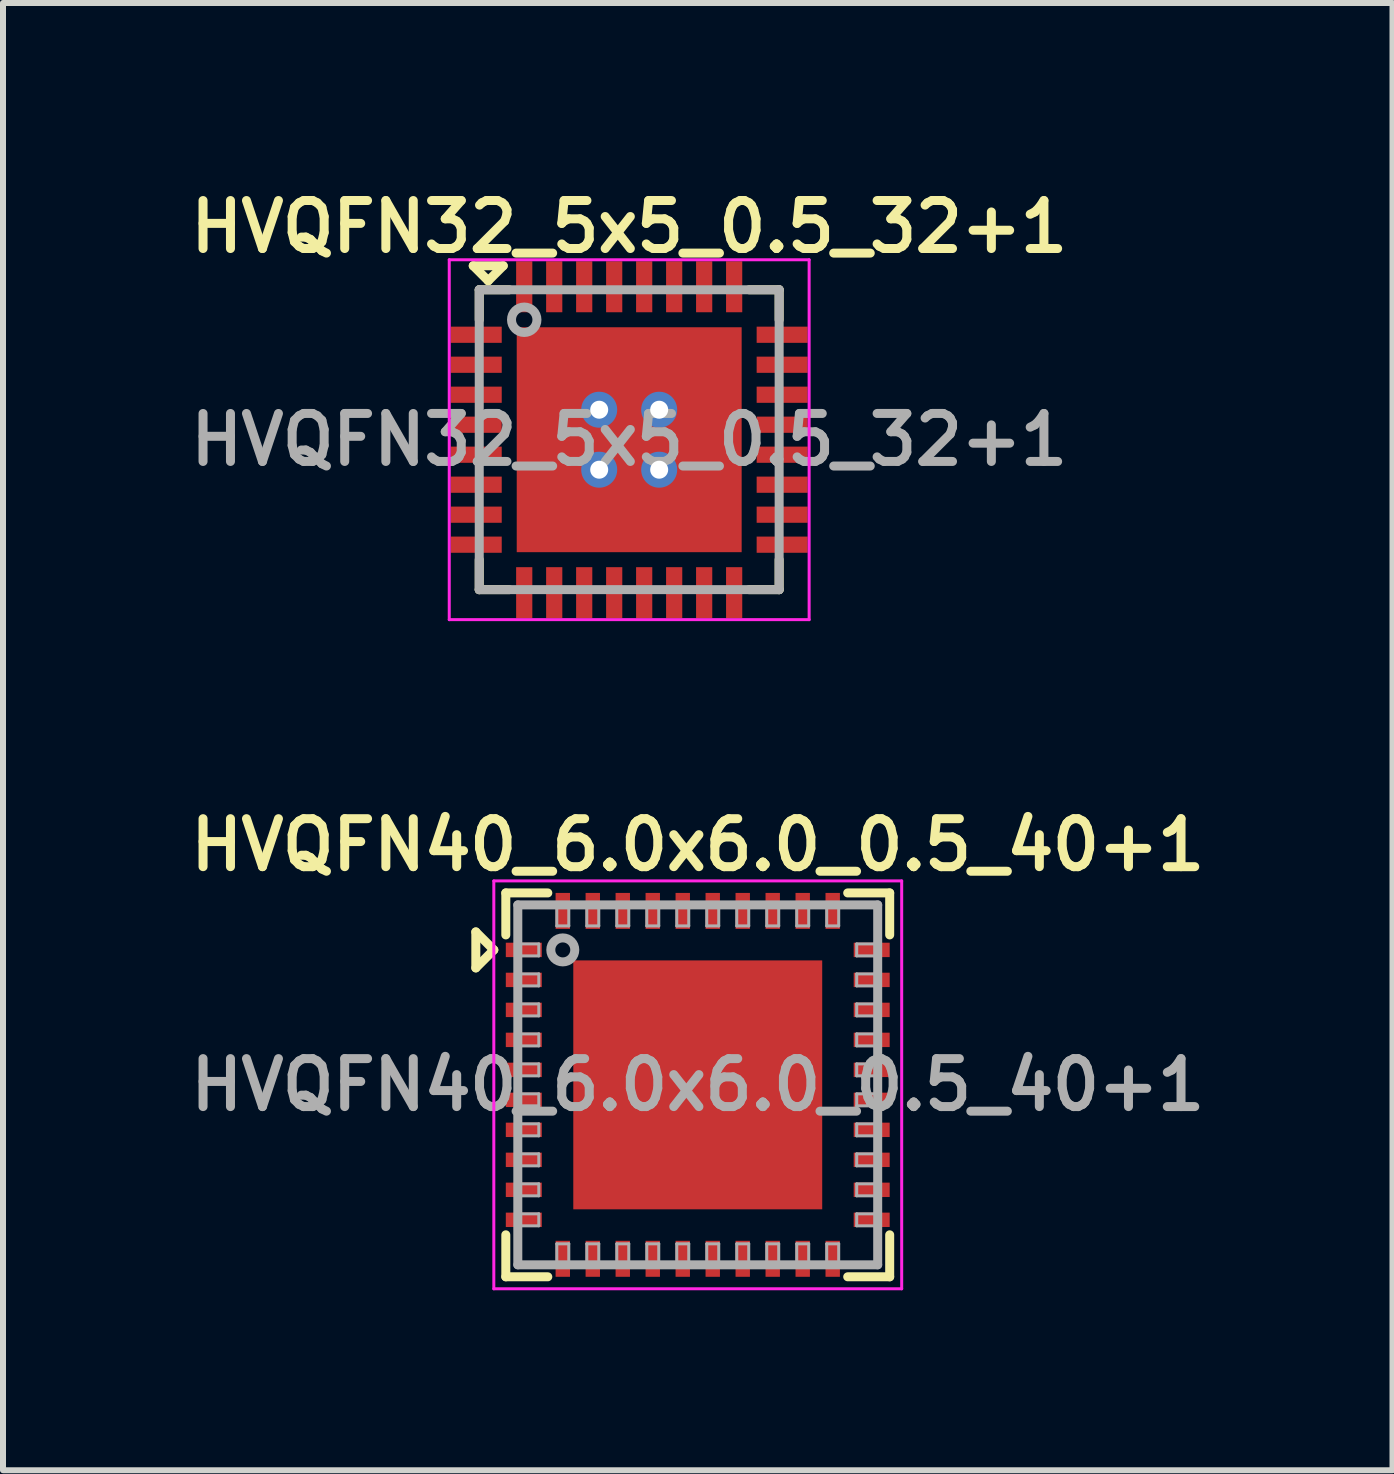
<source format=kicad_pcb>
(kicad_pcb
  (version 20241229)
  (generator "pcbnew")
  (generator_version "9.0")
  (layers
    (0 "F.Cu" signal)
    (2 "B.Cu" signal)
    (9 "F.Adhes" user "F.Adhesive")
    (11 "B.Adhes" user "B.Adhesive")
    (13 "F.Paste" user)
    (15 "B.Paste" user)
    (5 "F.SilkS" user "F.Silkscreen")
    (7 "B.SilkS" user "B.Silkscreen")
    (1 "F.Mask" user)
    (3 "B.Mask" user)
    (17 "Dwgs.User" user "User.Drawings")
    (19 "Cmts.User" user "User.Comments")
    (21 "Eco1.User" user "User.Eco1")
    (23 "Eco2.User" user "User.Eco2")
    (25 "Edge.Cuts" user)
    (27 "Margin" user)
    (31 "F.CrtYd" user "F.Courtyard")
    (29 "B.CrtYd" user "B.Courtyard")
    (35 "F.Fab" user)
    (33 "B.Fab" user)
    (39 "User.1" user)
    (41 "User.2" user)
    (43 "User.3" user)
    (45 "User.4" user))
  (footprint "HVQFN32_5x5_0.5_32+1"
    (layer "F.Cu")
    (at 7.44 4.281)
    (property "Reference" "HVQFN32_5x5_0.5_32+1" (at 0 -3.55 0) (layer "F.SilkS") (effects (font (size 0.8 0.8) (thickness 0.15))))
    (attr through_hole)
    (fp_line (start -2.6 -2.9) (end -2.35 -2.65) (stroke (width 0.15) (type solid)) (layer "F.SilkS"))
    (fp_line (start -2.5 -2.5) (end -2 -2.5) (stroke (width 0.15) (type solid)) (layer "F.SilkS"))
    (fp_line (start -2.5 -2) (end -2.5 -2.5) (stroke (width 0.15) (type solid)) (layer "F.SilkS"))
    (fp_line (start -2.5 2.5) (end -2.5 2) (stroke (width 0.15) (type solid)) (layer "F.SilkS"))
    (fp_line (start -2.35 -2.65) (end -2.1 -2.9) (stroke (width 0.15) (type solid)) (layer "F.SilkS"))
    (fp_line (start -2.1 -2.9) (end -2.6 -2.9) (stroke (width 0.15) (type solid)) (layer "F.SilkS"))
    (fp_line (start -2 2.5) (end -2.5 2.5) (stroke (width 0.15) (type solid)) (layer "F.SilkS"))
    (fp_line (start 2 -2.5) (end 2.5 -2.5) (stroke (width 0.15) (type solid)) (layer "F.SilkS"))
    (fp_line (start 2.5 -2.5) (end 2.5 -2) (stroke (width 0.15) (type solid)) (layer "F.SilkS"))
    (fp_line (start 2.5 2) (end 2.5 2.5) (stroke (width 0.15) (type solid)) (layer "F.SilkS"))
    (fp_line (start 2.5 2.5) (end 2 2.5) (stroke (width 0.15) (type solid)) (layer "F.SilkS"))
    (fp_line (start -3 -3) (end 3 -3) (stroke (width 0.05) (type solid)) (layer "F.CrtYd"))
    (fp_line (start -3 3) (end -3 -3) (stroke (width 0.05) (type solid)) (layer "F.CrtYd"))
    (fp_line (start 3 -3) (end 3 3) (stroke (width 0.05) (type solid)) (layer "F.CrtYd"))
    (fp_line (start 3 3) (end -3 3) (stroke (width 0.05) (type solid)) (layer "F.CrtYd"))
    (fp_line (start -2.5 -2.5) (end 2.5 -2.5) (stroke (width 0.15) (type solid)) (layer "F.Fab"))
    (fp_line (start -2.5 2.5) (end -2.5 -2.5) (stroke (width 0.15) (type solid)) (layer "F.Fab"))
    (fp_line (start 2.5 -2.5) (end 2.5 2.5) (stroke (width 0.15) (type solid)) (layer "F.Fab"))
    (fp_line (start 2.5 2.5) (end -2.5 2.5) (stroke (width 0.15) (type solid)) (layer "F.Fab"))
    (fp_circle (center -1.75 -2) (end -1.6 -1.85) (stroke (width 0.15) (type solid)) (fill no) (layer "F.Fab"))
    (fp_text user "${REFERENCE}" (at 0 0 0) (layer "F.Fab") (effects (font (size 0.8 0.8) (thickness 0.15))))
    (pad "" smd circle (at -1.15 -1.15 90) (size 0.6 0.6) (layers "F.Paste"))
    (pad "" smd circle (at -1.15 0 90) (size 0.6 0.6) (layers "F.Paste"))
    (pad "" smd circle (at -1.15 1.15 90) (size 0.6 0.6) (layers "F.Paste"))
    (pad "" smd circle (at 0 -1.15 90) (size 0.6 0.6) (layers "F.Paste"))
    (pad "" smd circle (at 0 0 90) (size 0.6 0.6) (layers "F.Paste"))
    (pad "" smd circle (at 0 1.15 90) (size 0.6 0.6) (layers "F.Paste"))
    (pad "" smd circle (at 1.15 -1.15 90) (size 0.6 0.6) (layers "F.Paste"))
    (pad "" smd circle (at 1.15 0 90) (size 0.6 0.6) (layers "F.Paste"))
    (pad "" smd circle (at 1.15 1.15 90) (size 0.6 0.6) (layers "F.Paste"))
    (pad "1" smd rect (at -1.75 -2.55) (size 0.27 0.85) (layers "F.Cu" "F.Mask" "F.Paste"))
    (pad "2" smd rect (at -1.25 -2.55) (size 0.27 0.85) (layers "F.Cu" "F.Mask" "F.Paste"))
    (pad "3" smd rect (at -0.75 -2.55) (size 0.27 0.85) (layers "F.Cu" "F.Mask" "F.Paste"))
    (pad "4" smd rect (at -0.25 -2.55) (size 0.27 0.85) (layers "F.Cu" "F.Mask" "F.Paste"))
    (pad "5" smd rect (at 0.25 -2.55) (size 0.27 0.85) (layers "F.Cu" "F.Mask" "F.Paste"))
    (pad "6" smd rect (at 0.75 -2.55) (size 0.27 0.85) (layers "F.Cu" "F.Mask" "F.Paste"))
    (pad "7" smd rect (at 1.25 -2.55) (size 0.27 0.85) (layers "F.Cu" "F.Mask" "F.Paste"))
    (pad "8" smd rect (at 1.75 -2.55) (size 0.27 0.85) (layers "F.Cu" "F.Mask" "F.Paste"))
    (pad "9" smd rect (at 2.55 -1.75 90) (size 0.27 0.85) (layers "F.Cu" "F.Mask" "F.Paste"))
    (pad "10" smd rect (at 2.55 -1.25 90) (size 0.27 0.85) (layers "F.Cu" "F.Mask" "F.Paste"))
    (pad "11" smd rect (at 2.55 -0.75 90) (size 0.27 0.85) (layers "F.Cu" "F.Mask" "F.Paste"))
    (pad "12" smd rect (at 2.55 -0.25 90) (size 0.27 0.85) (layers "F.Cu" "F.Mask" "F.Paste"))
    (pad "13" smd rect (at 2.55 0.25 90) (size 0.27 0.85) (layers "F.Cu" "F.Mask" "F.Paste"))
    (pad "14" smd rect (at 2.55 0.75 90) (size 0.27 0.85) (layers "F.Cu" "F.Mask" "F.Paste"))
    (pad "15" smd rect (at 2.55 1.25 90) (size 0.27 0.85) (layers "F.Cu" "F.Mask" "F.Paste"))
    (pad "16" smd rect (at 2.55 1.75 90) (size 0.27 0.85) (layers "F.Cu" "F.Mask" "F.Paste"))
    (pad "17" smd rect (at 1.75 2.55) (size 0.27 0.85) (layers "F.Cu" "F.Mask" "F.Paste"))
    (pad "18" smd rect (at 1.25 2.55) (size 0.27 0.85) (layers "F.Cu" "F.Mask" "F.Paste"))
    (pad "19" smd rect (at 0.75 2.55) (size 0.27 0.85) (layers "F.Cu" "F.Mask" "F.Paste"))
    (pad "20" smd rect (at 0.25 2.55) (size 0.27 0.85) (layers "F.Cu" "F.Mask" "F.Paste"))
    (pad "21" smd rect (at -0.25 2.55) (size 0.27 0.85) (layers "F.Cu" "F.Mask" "F.Paste"))
    (pad "22" smd rect (at -0.75 2.55) (size 0.27 0.85) (layers "F.Cu" "F.Mask" "F.Paste"))
    (pad "23" smd rect (at -1.25 2.55) (size 0.27 0.85) (layers "F.Cu" "F.Mask" "F.Paste"))
    (pad "24" smd rect (at -1.75 2.55) (size 0.27 0.85) (layers "F.Cu" "F.Mask" "F.Paste"))
    (pad "25" smd rect (at -2.55 1.75 90) (size 0.27 0.85) (layers "F.Cu" "F.Mask" "F.Paste"))
    (pad "26" smd rect (at -2.55 1.25 90) (size 0.27 0.85) (layers "F.Cu" "F.Mask" "F.Paste"))
    (pad "27" smd rect (at -2.55 0.75 90) (size 0.27 0.85) (layers "F.Cu" "F.Mask" "F.Paste"))
    (pad "28" smd rect (at -2.55 0.25 90) (size 0.27 0.85) (layers "F.Cu" "F.Mask" "F.Paste"))
    (pad "29" smd rect (at -2.55 -0.25 90) (size 0.27 0.85) (layers "F.Cu" "F.Mask" "F.Paste"))
    (pad "30" smd rect (at -2.55 -0.75 90) (size 0.27 0.85) (layers "F.Cu" "F.Mask" "F.Paste"))
    (pad "31" smd rect (at -2.55 -1.25 90) (size 0.27 0.85) (layers "F.Cu" "F.Mask" "F.Paste"))
    (pad "32" smd rect (at -2.55 -1.75 90) (size 0.27 0.85) (layers "F.Cu" "F.Mask" "F.Paste"))
    (pad "EP" thru_hole circle (at -0.5 -0.5 90) (size 0.6 0.6) (drill 0.3) (layers "*.Cu" "*.Mask"))
    (pad "EP" thru_hole circle (at -0.5 0.5 90) (size 0.6 0.6) (drill 0.3) (layers "*.Cu" "*.Mask"))
    (pad "EP" smd rect (at 0 0 90) (size 3.75 3.75) (layers "F.Cu" "F.Mask"))
    (pad "EP" thru_hole circle (at 0.5 -0.5 90) (size 0.6 0.6) (drill 0.3) (layers "*.Cu" "*.Mask"))
    (pad "EP" thru_hole circle (at 0.5 0.5 90) (size 0.6 0.6) (drill 0.3) (layers "*.Cu" "*.Mask")))
  (footprint "HVQFN40_6.0x6.0_0.5_40+1"
    (layer "F.Cu")
    (at 8.583 15.037)
    (property "Reference" "HVQFN40_6.0x6.0_0.5_40+1" (at 0 -4 0) (layer "F.SilkS") (effects (font (size 0.8 0.8) (thickness 0.15))))
    (attr smd)
    (fp_line (start -3.7 -2.55) (end -3.4 -2.25) (stroke (width 0.15) (type solid)) (layer "F.SilkS"))
    (fp_line (start -3.7 -1.95) (end -3.7 -2.55) (stroke (width 0.15) (type solid)) (layer "F.SilkS"))
    (fp_line (start -3.4 -2.25) (end -3.7 -1.95) (stroke (width 0.15) (type solid)) (layer "F.SilkS"))
    (fp_line (start -3.2 -3.2) (end -2.5 -3.2) (stroke (width 0.15) (type solid)) (layer "F.SilkS"))
    (fp_line (start -3.2 -2.5) (end -3.2 -3.2) (stroke (width 0.15) (type solid)) (layer "F.SilkS"))
    (fp_line (start -3.2 3.2) (end -3.2 2.5) (stroke (width 0.15) (type solid)) (layer "F.SilkS"))
    (fp_line (start -2.5 3.2) (end -3.2 3.2) (stroke (width 0.15) (type solid)) (layer "F.SilkS"))
    (fp_line (start 2.5 -3.2) (end 3.2 -3.2) (stroke (width 0.15) (type solid)) (layer "F.SilkS"))
    (fp_line (start 3.2 -3.2) (end 3.2 -2.5) (stroke (width 0.15) (type solid)) (layer "F.SilkS"))
    (fp_line (start 3.2 2.5) (end 3.2 3.2) (stroke (width 0.15) (type solid)) (layer "F.SilkS"))
    (fp_line (start 3.2 3.2) (end 2.5 3.2) (stroke (width 0.15) (type solid)) (layer "F.SilkS"))
    (fp_line (start -3.4 -3.4) (end 3.4 -3.4) (stroke (width 0.05) (type solid)) (layer "F.CrtYd"))
    (fp_line (start -3.4 3.4) (end -3.4 -3.4) (stroke (width 0.05) (type solid)) (layer "F.CrtYd"))
    (fp_line (start 3.4 -3.4) (end 3.4 3.4) (stroke (width 0.05) (type solid)) (layer "F.CrtYd"))
    (fp_line (start 3.4 3.4) (end -3.4 3.4) (stroke (width 0.05) (type solid)) (layer "F.CrtYd"))
    (fp_line (start -3 -3) (end 3 -3) (stroke (width 0.15) (type solid)) (layer "F.Fab"))
    (fp_line (start -3 -2.15) (end -2.65 -2.15) (stroke (width 0.05) (type solid)) (layer "F.Fab"))
    (fp_line (start -3 -1.65) (end -2.65 -1.65) (stroke (width 0.05) (type solid)) (layer "F.Fab"))
    (fp_line (start -3 -1.15) (end -2.65 -1.15) (stroke (width 0.05) (type solid)) (layer "F.Fab"))
    (fp_line (start -3 -0.65) (end -2.65 -0.65) (stroke (width 0.05) (type solid)) (layer "F.Fab"))
    (fp_line (start -3 -0.15) (end -2.65 -0.15) (stroke (width 0.05) (type solid)) (layer "F.Fab"))
    (fp_line (start -3 0.35) (end -2.65 0.35) (stroke (width 0.05) (type solid)) (layer "F.Fab"))
    (fp_line (start -3 0.85) (end -2.65 0.85) (stroke (width 0.05) (type solid)) (layer "F.Fab"))
    (fp_line (start -3 1.35) (end -2.65 1.35) (stroke (width 0.05) (type solid)) (layer "F.Fab"))
    (fp_line (start -3 1.85) (end -2.65 1.85) (stroke (width 0.05) (type solid)) (layer "F.Fab"))
    (fp_line (start -3 2.35) (end -2.65 2.35) (stroke (width 0.05) (type solid)) (layer "F.Fab"))
    (fp_line (start -3 3) (end -3 -3) (stroke (width 0.15) (type solid)) (layer "F.Fab"))
    (fp_line (start -2.65 -2.35) (end -3 -2.35) (stroke (width 0.05) (type solid)) (layer "F.Fab"))
    (fp_line (start -2.65 -2.15) (end -2.65 -2.35) (stroke (width 0.05) (type solid)) (layer "F.Fab"))
    (fp_line (start -2.65 -1.85) (end -3 -1.85) (stroke (width 0.05) (type solid)) (layer "F.Fab"))
    (fp_line (start -2.65 -1.65) (end -2.65 -1.85) (stroke (width 0.05) (type solid)) (layer "F.Fab"))
    (fp_line (start -2.65 -1.35) (end -3 -1.35) (stroke (width 0.05) (type solid)) (layer "F.Fab"))
    (fp_line (start -2.65 -1.15) (end -2.65 -1.35) (stroke (width 0.05) (type solid)) (layer "F.Fab"))
    (fp_line (start -2.65 -0.85) (end -3 -0.85) (stroke (width 0.05) (type solid)) (layer "F.Fab"))
    (fp_line (start -2.65 -0.65) (end -2.65 -0.85) (stroke (width 0.05) (type solid)) (layer "F.Fab"))
    (fp_line (start -2.65 -0.35) (end -3 -0.35) (stroke (width 0.05) (type solid)) (layer "F.Fab"))
    (fp_line (start -2.65 -0.15) (end -2.65 -0.35) (stroke (width 0.05) (type solid)) (layer "F.Fab"))
    (fp_line (start -2.65 0.15) (end -3 0.15) (stroke (width 0.05) (type solid)) (layer "F.Fab"))
    (fp_line (start -2.65 0.35) (end -2.65 0.15) (stroke (width 0.05) (type solid)) (layer "F.Fab"))
    (fp_line (start -2.65 0.65) (end -3 0.65) (stroke (width 0.05) (type solid)) (layer "F.Fab"))
    (fp_line (start -2.65 0.85) (end -2.65 0.65) (stroke (width 0.05) (type solid)) (layer "F.Fab"))
    (fp_line (start -2.65 1.15) (end -3 1.15) (stroke (width 0.05) (type solid)) (layer "F.Fab"))
    (fp_line (start -2.65 1.35) (end -2.65 1.15) (stroke (width 0.05) (type solid)) (layer "F.Fab"))
    (fp_line (start -2.65 1.65) (end -3 1.65) (stroke (width 0.05) (type solid)) (layer "F.Fab"))
    (fp_line (start -2.65 1.85) (end -2.65 1.65) (stroke (width 0.05) (type solid)) (layer "F.Fab"))
    (fp_line (start -2.65 2.15) (end -3 2.15) (stroke (width 0.05) (type solid)) (layer "F.Fab"))
    (fp_line (start -2.65 2.35) (end -2.65 2.15) (stroke (width 0.05) (type solid)) (layer "F.Fab"))
    (fp_line (start -2.35 -3) (end -2.35 -2.65) (stroke (width 0.05) (type solid)) (layer "F.Fab"))
    (fp_line (start -2.35 -2.65) (end -2.15 -2.65) (stroke (width 0.05) (type solid)) (layer "F.Fab"))
    (fp_line (start -2.35 2.65) (end -2.35 3) (stroke (width 0.05) (type solid)) (layer "F.Fab"))
    (fp_line (start -2.15 -2.65) (end -2.15 -3) (stroke (width 0.05) (type solid)) (layer "F.Fab"))
    (fp_line (start -2.15 2.65) (end -2.35 2.65) (stroke (width 0.05) (type solid)) (layer "F.Fab"))
    (fp_line (start -2.15 3) (end -2.15 2.65) (stroke (width 0.05) (type solid)) (layer "F.Fab"))
    (fp_line (start -1.85 -3) (end -1.85 -2.65) (stroke (width 0.05) (type solid)) (layer "F.Fab"))
    (fp_line (start -1.85 -2.65) (end -1.65 -2.65) (stroke (width 0.05) (type solid)) (layer "F.Fab"))
    (fp_line (start -1.85 2.65) (end -1.85 3) (stroke (width 0.05) (type solid)) (layer "F.Fab"))
    (fp_line (start -1.65 -2.65) (end -1.65 -3) (stroke (width 0.05) (type solid)) (layer "F.Fab"))
    (fp_line (start -1.65 2.65) (end -1.85 2.65) (stroke (width 0.05) (type solid)) (layer "F.Fab"))
    (fp_line (start -1.65 3) (end -1.65 2.65) (stroke (width 0.05) (type solid)) (layer "F.Fab"))
    (fp_line (start -1.35 -3) (end -1.35 -2.65) (stroke (width 0.05) (type solid)) (layer "F.Fab"))
    (fp_line (start -1.35 -2.65) (end -1.15 -2.65) (stroke (width 0.05) (type solid)) (layer "F.Fab"))
    (fp_line (start -1.35 2.65) (end -1.35 3) (stroke (width 0.05) (type solid)) (layer "F.Fab"))
    (fp_line (start -1.15 -2.65) (end -1.15 -3) (stroke (width 0.05) (type solid)) (layer "F.Fab"))
    (fp_line (start -1.15 2.65) (end -1.35 2.65) (stroke (width 0.05) (type solid)) (layer "F.Fab"))
    (fp_line (start -1.15 3) (end -1.15 2.65) (stroke (width 0.05) (type solid)) (layer "F.Fab"))
    (fp_line (start -0.85 -3) (end -0.85 -2.65) (stroke (width 0.05) (type solid)) (layer "F.Fab"))
    (fp_line (start -0.85 -2.65) (end -0.65 -2.65) (stroke (width 0.05) (type solid)) (layer "F.Fab"))
    (fp_line (start -0.85 2.65) (end -0.85 3) (stroke (width 0.05) (type solid)) (layer "F.Fab"))
    (fp_line (start -0.65 -2.65) (end -0.65 -3) (stroke (width 0.05) (type solid)) (layer "F.Fab"))
    (fp_line (start -0.65 2.65) (end -0.85 2.65) (stroke (width 0.05) (type solid)) (layer "F.Fab"))
    (fp_line (start -0.65 3) (end -0.65 2.65) (stroke (width 0.05) (type solid)) (layer "F.Fab"))
    (fp_line (start -0.35 -3) (end -0.35 -2.65) (stroke (width 0.05) (type solid)) (layer "F.Fab"))
    (fp_line (start -0.35 -2.65) (end -0.15 -2.65) (stroke (width 0.05) (type solid)) (layer "F.Fab"))
    (fp_line (start -0.35 2.65) (end -0.35 3) (stroke (width 0.05) (type solid)) (layer "F.Fab"))
    (fp_line (start -0.15 -2.65) (end -0.15 -3) (stroke (width 0.05) (type solid)) (layer "F.Fab"))
    (fp_line (start -0.15 2.65) (end -0.35 2.65) (stroke (width 0.05) (type solid)) (layer "F.Fab"))
    (fp_line (start -0.15 3) (end -0.15 2.65) (stroke (width 0.05) (type solid)) (layer "F.Fab"))
    (fp_line (start 0.15 -3) (end 0.15 -2.65) (stroke (width 0.05) (type solid)) (layer "F.Fab"))
    (fp_line (start 0.15 -2.65) (end 0.35 -2.65) (stroke (width 0.05) (type solid)) (layer "F.Fab"))
    (fp_line (start 0.15 2.65) (end 0.15 3) (stroke (width 0.05) (type solid)) (layer "F.Fab"))
    (fp_line (start 0.35 -2.65) (end 0.35 -3) (stroke (width 0.05) (type solid)) (layer "F.Fab"))
    (fp_line (start 0.35 2.65) (end 0.15 2.65) (stroke (width 0.05) (type solid)) (layer "F.Fab"))
    (fp_line (start 0.35 3) (end 0.35 2.65) (stroke (width 0.05) (type solid)) (layer "F.Fab"))
    (fp_line (start 0.65 -3) (end 0.65 -2.65) (stroke (width 0.05) (type solid)) (layer "F.Fab"))
    (fp_line (start 0.65 -2.65) (end 0.85 -2.65) (stroke (width 0.05) (type solid)) (layer "F.Fab"))
    (fp_line (start 0.65 2.65) (end 0.65 3) (stroke (width 0.05) (type solid)) (layer "F.Fab"))
    (fp_line (start 0.85 -2.65) (end 0.85 -3) (stroke (width 0.05) (type solid)) (layer "F.Fab"))
    (fp_line (start 0.85 2.65) (end 0.65 2.65) (stroke (width 0.05) (type solid)) (layer "F.Fab"))
    (fp_line (start 0.85 3) (end 0.85 2.65) (stroke (width 0.05) (type solid)) (layer "F.Fab"))
    (fp_line (start 1.15 -3) (end 1.15 -2.65) (stroke (width 0.05) (type solid)) (layer "F.Fab"))
    (fp_line (start 1.15 -2.65) (end 1.35 -2.65) (stroke (width 0.05) (type solid)) (layer "F.Fab"))
    (fp_line (start 1.15 2.65) (end 1.15 3) (stroke (width 0.05) (type solid)) (layer "F.Fab"))
    (fp_line (start 1.35 -2.65) (end 1.35 -3) (stroke (width 0.05) (type solid)) (layer "F.Fab"))
    (fp_line (start 1.35 2.65) (end 1.15 2.65) (stroke (width 0.05) (type solid)) (layer "F.Fab"))
    (fp_line (start 1.35 3) (end 1.35 2.65) (stroke (width 0.05) (type solid)) (layer "F.Fab"))
    (fp_line (start 1.65 -3) (end 1.65 -2.65) (stroke (width 0.05) (type solid)) (layer "F.Fab"))
    (fp_line (start 1.65 -2.65) (end 1.85 -2.65) (stroke (width 0.05) (type solid)) (layer "F.Fab"))
    (fp_line (start 1.65 2.65) (end 1.65 3) (stroke (width 0.05) (type solid)) (layer "F.Fab"))
    (fp_line (start 1.85 -2.65) (end 1.85 -3) (stroke (width 0.05) (type solid)) (layer "F.Fab"))
    (fp_line (start 1.85 2.65) (end 1.65 2.65) (stroke (width 0.05) (type solid)) (layer "F.Fab"))
    (fp_line (start 1.85 3) (end 1.85 2.65) (stroke (width 0.05) (type solid)) (layer "F.Fab"))
    (fp_line (start 2.15 -3) (end 2.15 -2.65) (stroke (width 0.05) (type solid)) (layer "F.Fab"))
    (fp_line (start 2.15 -2.65) (end 2.35 -2.65) (stroke (width 0.05) (type solid)) (layer "F.Fab"))
    (fp_line (start 2.15 2.65) (end 2.15 3) (stroke (width 0.05) (type solid)) (layer "F.Fab"))
    (fp_line (start 2.35 -2.65) (end 2.35 -3) (stroke (width 0.05) (type solid)) (layer "F.Fab"))
    (fp_line (start 2.35 2.65) (end 2.15 2.65) (stroke (width 0.05) (type solid)) (layer "F.Fab"))
    (fp_line (start 2.35 3) (end 2.35 2.65) (stroke (width 0.05) (type solid)) (layer "F.Fab"))
    (fp_line (start 2.65 -2.35) (end 2.65 -2.15) (stroke (width 0.05) (type solid)) (layer "F.Fab"))
    (fp_line (start 2.65 -2.15) (end 3 -2.15) (stroke (width 0.05) (type solid)) (layer "F.Fab"))
    (fp_line (start 2.65 -1.85) (end 2.65 -1.65) (stroke (width 0.05) (type solid)) (layer "F.Fab"))
    (fp_line (start 2.65 -1.65) (end 3 -1.65) (stroke (width 0.05) (type solid)) (layer "F.Fab"))
    (fp_line (start 2.65 -1.35) (end 2.65 -1.15) (stroke (width 0.05) (type solid)) (layer "F.Fab"))
    (fp_line (start 2.65 -1.15) (end 3 -1.15) (stroke (width 0.05) (type solid)) (layer "F.Fab"))
    (fp_line (start 2.65 -0.85) (end 2.65 -0.65) (stroke (width 0.05) (type solid)) (layer "F.Fab"))
    (fp_line (start 2.65 -0.65) (end 3 -0.65) (stroke (width 0.05) (type solid)) (layer "F.Fab"))
    (fp_line (start 2.65 -0.35) (end 2.65 -0.15) (stroke (width 0.05) (type solid)) (layer "F.Fab"))
    (fp_line (start 2.65 -0.15) (end 3 -0.15) (stroke (width 0.05) (type solid)) (layer "F.Fab"))
    (fp_line (start 2.65 0.15) (end 2.65 0.35) (stroke (width 0.05) (type solid)) (layer "F.Fab"))
    (fp_line (start 2.65 0.35) (end 3 0.35) (stroke (width 0.05) (type solid)) (layer "F.Fab"))
    (fp_line (start 2.65 0.65) (end 2.65 0.85) (stroke (width 0.05) (type solid)) (layer "F.Fab"))
    (fp_line (start 2.65 0.85) (end 3 0.85) (stroke (width 0.05) (type solid)) (layer "F.Fab"))
    (fp_line (start 2.65 1.15) (end 2.65 1.35) (stroke (width 0.05) (type solid)) (layer "F.Fab"))
    (fp_line (start 2.65 1.35) (end 3 1.35) (stroke (width 0.05) (type solid)) (layer "F.Fab"))
    (fp_line (start 2.65 1.65) (end 2.65 1.85) (stroke (width 0.05) (type solid)) (layer "F.Fab"))
    (fp_line (start 2.65 1.85) (end 3 1.85) (stroke (width 0.05) (type solid)) (layer "F.Fab"))
    (fp_line (start 2.65 2.15) (end 2.65 2.35) (stroke (width 0.05) (type solid)) (layer "F.Fab"))
    (fp_line (start 2.65 2.35) (end 3 2.35) (stroke (width 0.05) (type solid)) (layer "F.Fab"))
    (fp_line (start 3 -3) (end 3 3) (stroke (width 0.15) (type solid)) (layer "F.Fab"))
    (fp_line (start 3 -2.35) (end 2.65 -2.35) (stroke (width 0.05) (type solid)) (layer "F.Fab"))
    (fp_line (start 3 -1.85) (end 2.65 -1.85) (stroke (width 0.05) (type solid)) (layer "F.Fab"))
    (fp_line (start 3 -1.35) (end 2.65 -1.35) (stroke (width 0.05) (type solid)) (layer "F.Fab"))
    (fp_line (start 3 -0.85) (end 2.65 -0.85) (stroke (width 0.05) (type solid)) (layer "F.Fab"))
    (fp_line (start 3 -0.35) (end 2.65 -0.35) (stroke (width 0.05) (type solid)) (layer "F.Fab"))
    (fp_line (start 3 0.15) (end 2.65 0.15) (stroke (width 0.05) (type solid)) (layer "F.Fab"))
    (fp_line (start 3 0.65) (end 2.65 0.65) (stroke (width 0.05) (type solid)) (layer "F.Fab"))
    (fp_line (start 3 1.15) (end 2.65 1.15) (stroke (width 0.05) (type solid)) (layer "F.Fab"))
    (fp_line (start 3 1.65) (end 2.65 1.65) (stroke (width 0.05) (type solid)) (layer "F.Fab"))
    (fp_line (start 3 2.15) (end 2.65 2.15) (stroke (width 0.05) (type solid)) (layer "F.Fab"))
    (fp_line (start 3 3) (end -3 3) (stroke (width 0.15) (type solid)) (layer "F.Fab"))
    (fp_circle (center -2.25 -2.25) (end -2.05 -2.25) (stroke (width 0.15) (type solid)) (fill no) (layer "F.Fab"))
    (fp_text user "${REFERENCE}" (at 0 0 0) (layer "F.Fab") (effects (font (size 0.8 0.8) (thickness 0.15))))
    (pad "1" smd rect (at -2.9 -2.25 90) (size 0.24 0.6) (layers "F.Cu" "F.Mask" "F.Paste"))
    (pad "2" smd rect (at -2.9 -1.75 90) (size 0.24 0.6) (layers "F.Cu" "F.Mask" "F.Paste"))
    (pad "3" smd rect (at -2.9 -1.25 90) (size 0.24 0.6) (layers "F.Cu" "F.Mask" "F.Paste"))
    (pad "4" smd rect (at -2.9 -0.75 90) (size 0.24 0.6) (layers "F.Cu" "F.Mask" "F.Paste"))
    (pad "5" smd rect (at -2.9 -0.25 90) (size 0.24 0.6) (layers "F.Cu" "F.Mask" "F.Paste"))
    (pad "6" smd rect (at -2.9 0.25 90) (size 0.24 0.6) (layers "F.Cu" "F.Mask" "F.Paste"))
    (pad "7" smd rect (at -2.9 0.75 90) (size 0.24 0.6) (layers "F.Cu" "F.Mask" "F.Paste"))
    (pad "8" smd rect (at -2.9 1.25 90) (size 0.24 0.6) (layers "F.Cu" "F.Mask" "F.Paste"))
    (pad "9" smd rect (at -2.9 1.75 90) (size 0.24 0.6) (layers "F.Cu" "F.Mask" "F.Paste"))
    (pad "10" smd rect (at -2.9 2.25 90) (size 0.24 0.6) (layers "F.Cu" "F.Mask" "F.Paste"))
    (pad "11" smd rect (at -2.25 2.9 180) (size 0.24 0.6) (layers "F.Cu" "F.Mask" "F.Paste"))
    (pad "12" smd rect (at -1.75 2.9 180) (size 0.24 0.6) (layers "F.Cu" "F.Mask" "F.Paste"))
    (pad "13" smd rect (at -1.25 2.9 180) (size 0.24 0.6) (layers "F.Cu" "F.Mask" "F.Paste"))
    (pad "14" smd rect (at -0.75 2.9 180) (size 0.24 0.6) (layers "F.Cu" "F.Mask" "F.Paste"))
    (pad "15" smd rect (at -0.25 2.9 180) (size 0.24 0.6) (layers "F.Cu" "F.Mask" "F.Paste"))
    (pad "16" smd rect (at 0.25 2.9 180) (size 0.24 0.6) (layers "F.Cu" "F.Mask" "F.Paste"))
    (pad "17" smd rect (at 0.75 2.9 180) (size 0.24 0.6) (layers "F.Cu" "F.Mask" "F.Paste"))
    (pad "18" smd rect (at 1.25 2.9 180) (size 0.24 0.6) (layers "F.Cu" "F.Mask" "F.Paste"))
    (pad "19" smd rect (at 1.75 2.9 180) (size 0.24 0.6) (layers "F.Cu" "F.Mask" "F.Paste"))
    (pad "20" smd rect (at 2.25 2.9 180) (size 0.24 0.6) (layers "F.Cu" "F.Mask" "F.Paste"))
    (pad "21" smd rect (at 2.9 2.25 270) (size 0.24 0.6) (layers "F.Cu" "F.Mask" "F.Paste"))
    (pad "22" smd rect (at 2.9 1.75 270) (size 0.24 0.6) (layers "F.Cu" "F.Mask" "F.Paste"))
    (pad "23" smd rect (at 2.9 1.25 270) (size 0.24 0.6) (layers "F.Cu" "F.Mask" "F.Paste"))
    (pad "24" smd rect (at 2.9 0.75 270) (size 0.24 0.6) (layers "F.Cu" "F.Mask" "F.Paste"))
    (pad "25" smd rect (at 2.9 0.25 270) (size 0.24 0.6) (layers "F.Cu" "F.Mask" "F.Paste"))
    (pad "26" smd rect (at 2.9 -0.25 270) (size 0.24 0.6) (layers "F.Cu" "F.Mask" "F.Paste"))
    (pad "27" smd rect (at 2.9 -0.75 270) (size 0.24 0.6) (layers "F.Cu" "F.Mask" "F.Paste"))
    (pad "28" smd rect (at 2.9 -1.25 270) (size 0.24 0.6) (layers "F.Cu" "F.Mask" "F.Paste"))
    (pad "29" smd rect (at 2.9 -1.75 270) (size 0.24 0.6) (layers "F.Cu" "F.Mask" "F.Paste"))
    (pad "30" smd rect (at 2.9 -2.25 270) (size 0.24 0.6) (layers "F.Cu" "F.Mask" "F.Paste"))
    (pad "31" smd rect (at 2.25 -2.9 180) (size 0.24 0.6) (layers "F.Cu" "F.Mask" "F.Paste"))
    (pad "32" smd rect (at 1.75 -2.9 180) (size 0.24 0.6) (layers "F.Cu" "F.Mask" "F.Paste"))
    (pad "33" smd rect (at 1.25 -2.9 180) (size 0.24 0.6) (layers "F.Cu" "F.Mask" "F.Paste"))
    (pad "34" smd rect (at 0.75 -2.9 180) (size 0.24 0.6) (layers "F.Cu" "F.Mask" "F.Paste"))
    (pad "35" smd rect (at 0.25 -2.9 180) (size 0.24 0.6) (layers "F.Cu" "F.Mask" "F.Paste"))
    (pad "36" smd rect (at -0.25 -2.9 180) (size 0.24 0.6) (layers "F.Cu" "F.Mask" "F.Paste"))
    (pad "37" smd rect (at -0.75 -2.9 180) (size 0.24 0.6) (layers "F.Cu" "F.Mask" "F.Paste"))
    (pad "38" smd rect (at -1.25 -2.9 180) (size 0.24 0.6) (layers "F.Cu" "F.Mask" "F.Paste"))
    (pad "39" smd rect (at -1.75 -2.9 180) (size 0.24 0.6) (layers "F.Cu" "F.Mask" "F.Paste"))
    (pad "40" smd rect (at -2.25 -2.9 180) (size 0.24 0.6) (layers "F.Cu" "F.Mask" "F.Paste"))
    (pad "41" smd rect (at 0 0) (size 4.15 4.15) (layers "F.Cu" "F.Mask" "F.Paste")))
  (gr_rect
    (start -3 -3)
    (end 20.166 21.462)
    (stroke (width 0.1) (type default))
    (fill no)
    (layer "Edge.Cuts")))
</source>
